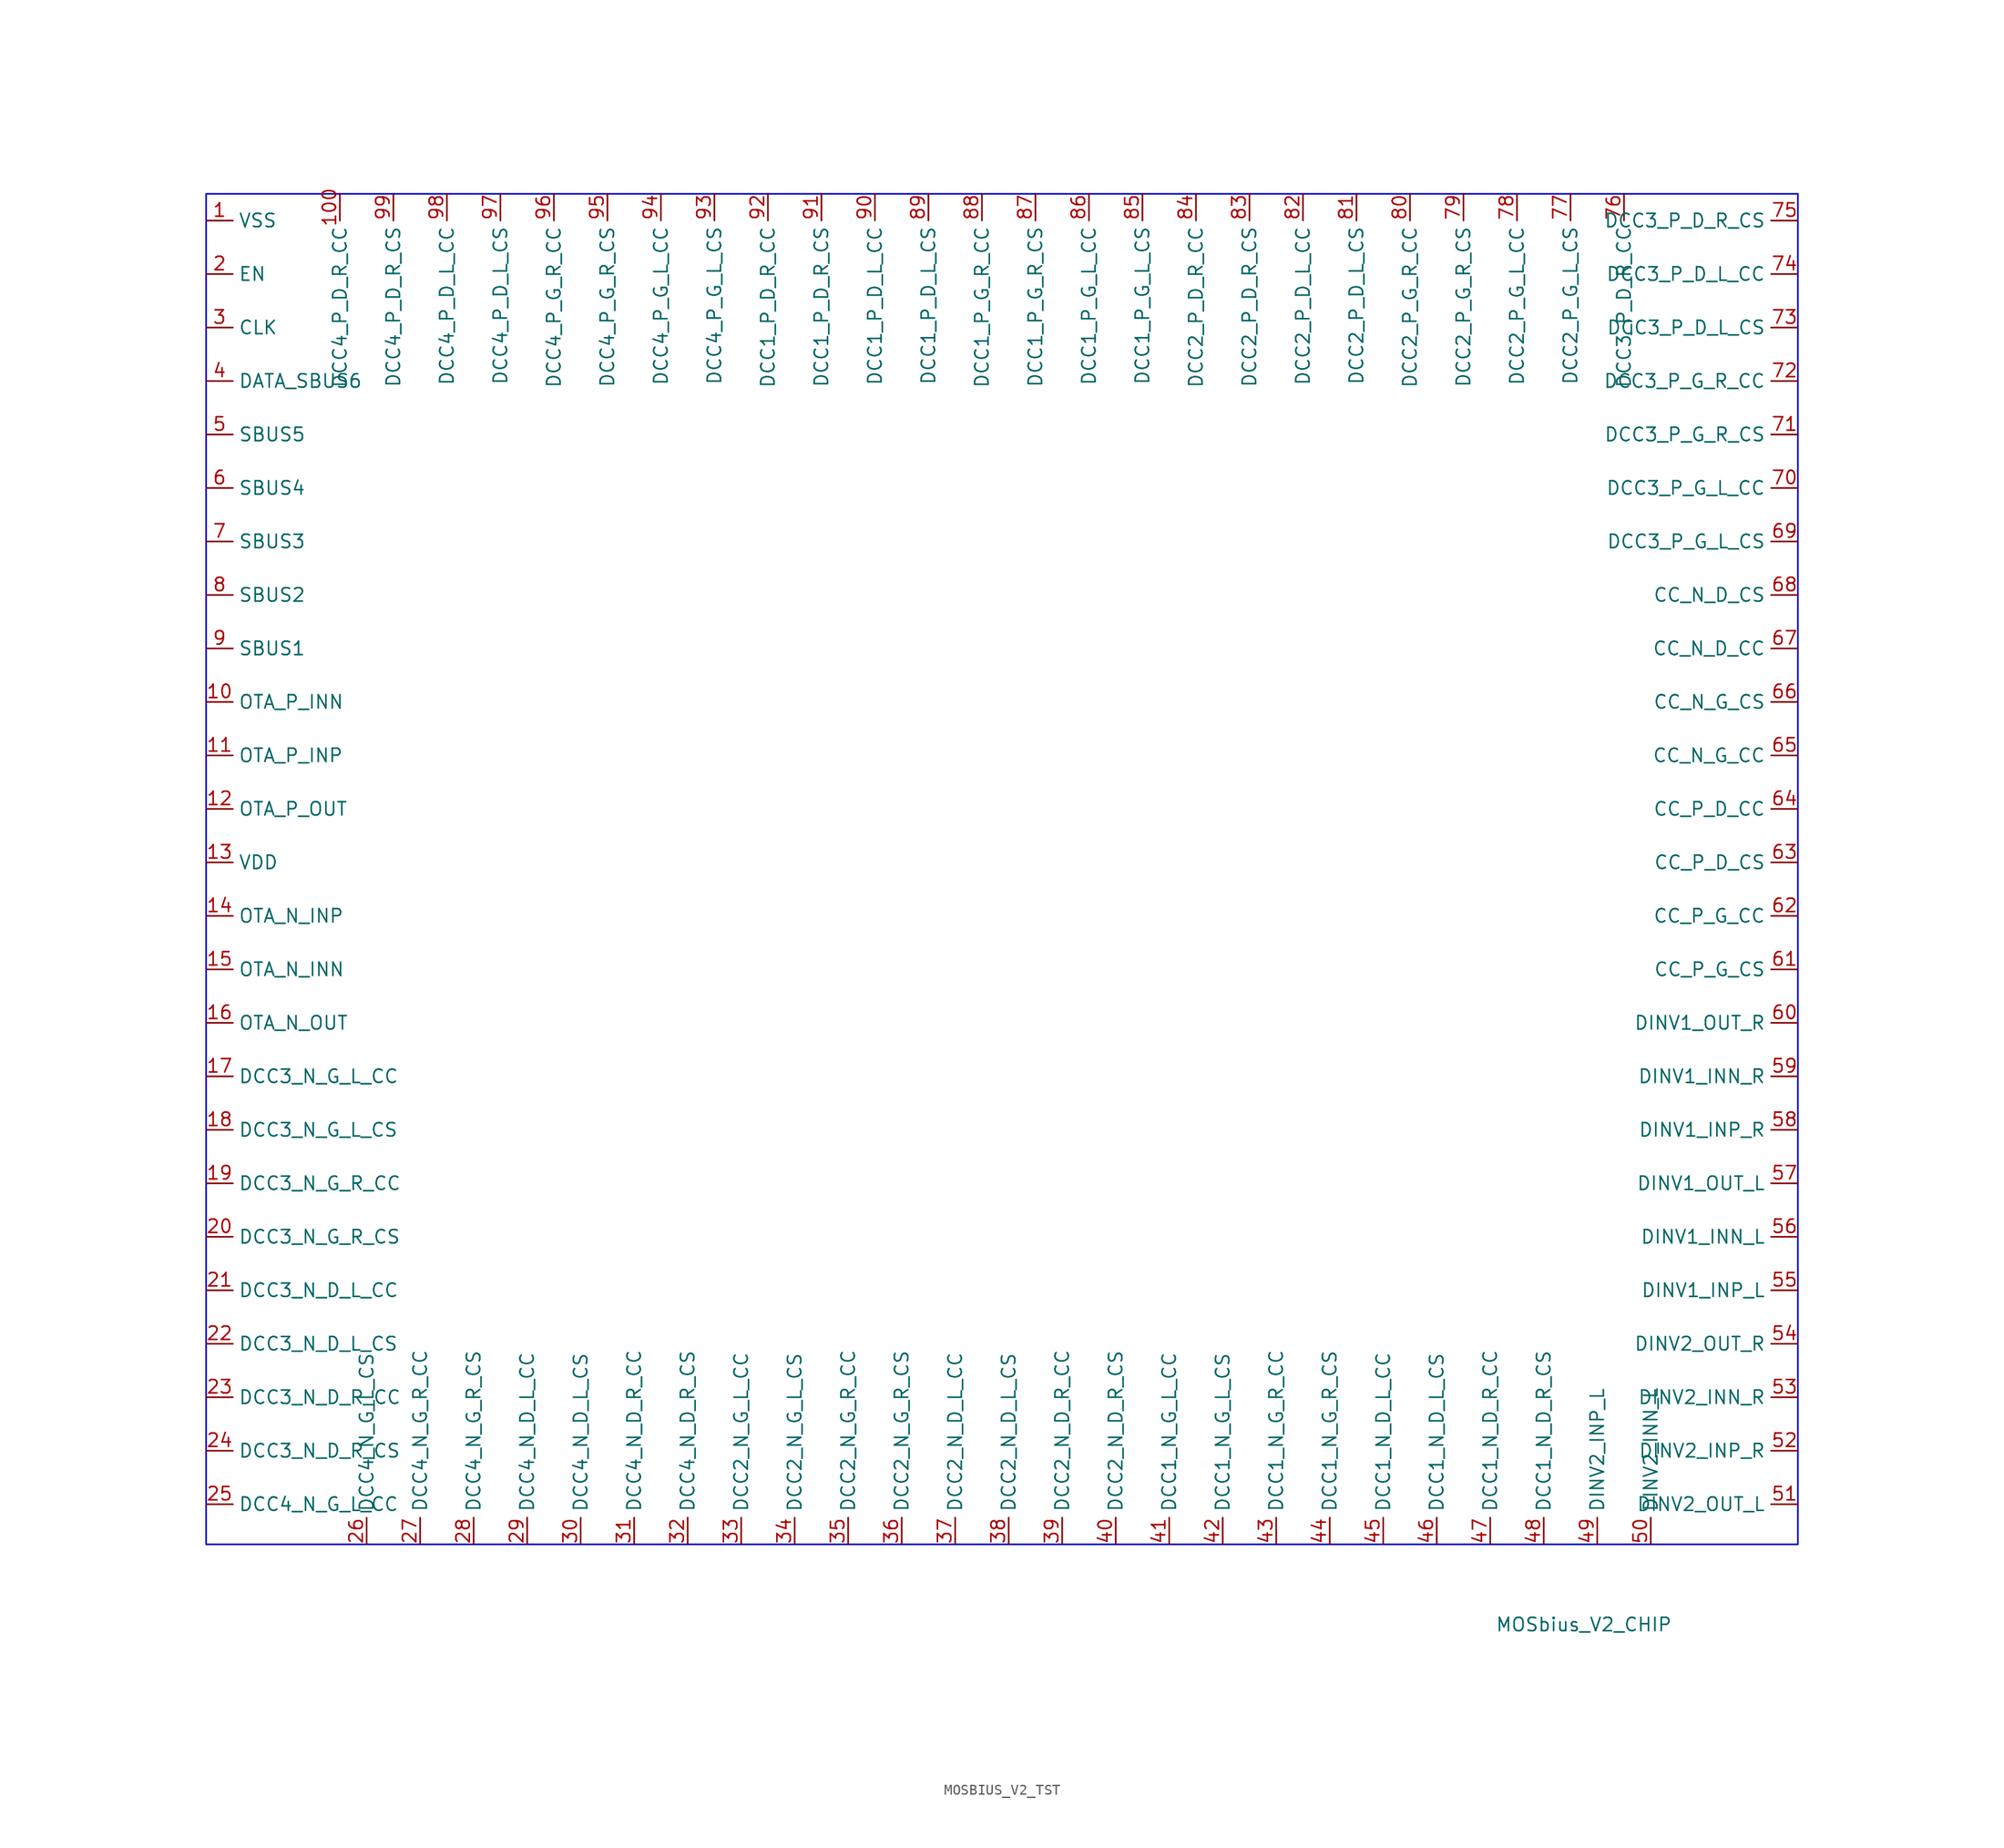
<source format=kicad_sym>
(kicad_symbol_lib
  (version 20241209)
  (generator "kicad_symbol_editor")
  (generator_version "9.0")
  (symbol "MOSBIUS_V2_TST"
    (property "Reference" "MOSbius_V2"
      (at -130.81 135.89 0)
      (effects (font (size 1.27 1.27)) (hide yes)))
    (property "Value" "MOSbius_V2_CHIP"
      (at 0 0 0)
      (effects (font (size 1.27 1.27))))
    (symbol "MOSBIUS_V2_TST_1_1"
      (rectangle (start -130.81 135.89) (end 20.32 7.62) (stroke (width 0) (type solid) (color 0 0 194 1)) (fill (type none)))
      (pin power_in line (at -130.81 133.35 0) (length 2.54) (name "VSS" (effects (font (size 1.27 1.27)))) (number "1" (effects (font (size 1.27 1.27)))))
      (pin bidirectional line (at -130.81 128.27 0) (length 2.54) (name "EN" (effects (font (size 1.27 1.27)))) (number "2" (effects (font (size 1.27 1.27)))))
      (pin bidirectional line (at -130.81 123.19 0) (length 2.54) (name "CLK" (effects (font (size 1.27 1.27)))) (number "3" (effects (font (size 1.27 1.27)))))
      (pin bidirectional line (at -130.81 118.11 0) (length 2.54) (name "DATA_SBUS6" (effects (font (size 1.27 1.27)))) (number "4" (effects (font (size 1.27 1.27)))))
      (pin bidirectional line (at -130.81 113.03 0) (length 2.54) (name "SBUS5" (effects (font (size 1.27 1.27)))) (number "5" (effects (font (size 1.27 1.27)))))
      (pin bidirectional line (at -130.81 107.95 0) (length 2.54) (name "SBUS4" (effects (font (size 1.27 1.27)))) (number "6" (effects (font (size 1.27 1.27)))))
      (pin bidirectional line (at -130.81 102.87 0) (length 2.54) (name "SBUS3" (effects (font (size 1.27 1.27)))) (number "7" (effects (font (size 1.27 1.27)))))
      (pin bidirectional line (at -130.81 97.79 0) (length 2.54) (name "SBUS2" (effects (font (size 1.27 1.27)))) (number "8" (effects (font (size 1.27 1.27)))))
      (pin bidirectional line (at -130.81 92.71 0) (length 2.54) (name "SBUS1" (effects (font (size 1.27 1.27)))) (number "9" (effects (font (size 1.27 1.27)))))
      (pin bidirectional line (at -130.81 87.63 0) (length 2.54) (name "OTA_P_INN" (effects (font (size 1.27 1.27)))) (number "10" (effects (font (size 1.27 1.27)))))
      (pin bidirectional line (at -130.81 82.55 0) (length 2.54) (name "OTA_P_INP" (effects (font (size 1.27 1.27)))) (number "11" (effects (font (size 1.27 1.27)))))
      (pin bidirectional line (at -130.81 77.47 0) (length 2.54) (name "OTA_P_OUT" (effects (font (size 1.27 1.27)))) (number "12" (effects (font (size 1.27 1.27)))))
      (pin power_in line (at -130.81 72.39 0) (length 2.54) (name "VDD" (effects (font (size 1.27 1.27)))) (number "13" (effects (font (size 1.27 1.27)))))
      (pin bidirectional line (at -130.81 67.31 0) (length 2.54) (name "OTA_N_INP" (effects (font (size 1.27 1.27)))) (number "14" (effects (font (size 1.27 1.27)))))
      (pin bidirectional line (at -130.81 62.23 0) (length 2.54) (name "OTA_N_INN" (effects (font (size 1.27 1.27)))) (number "15" (effects (font (size 1.27 1.27)))))
      (pin bidirectional line (at -130.81 57.15 0) (length 2.54) (name "OTA_N_OUT" (effects (font (size 1.27 1.27)))) (number "16" (effects (font (size 1.27 1.27)))))
      (pin bidirectional line (at -130.81 52.07 0) (length 2.54) (name "DCC3_N_G_L_CC" (effects (font (size 1.27 1.27)))) (number "17" (effects (font (size 1.27 1.27)))))
      (pin bidirectional line (at -130.81 46.99 0) (length 2.54) (name "DCC3_N_G_L_CS" (effects (font (size 1.27 1.27)))) (number "18" (effects (font (size 1.27 1.27)))))
      (pin bidirectional line (at -130.81 41.91 0) (length 2.54) (name "DCC3_N_G_R_CC" (effects (font (size 1.27 1.27)))) (number "19" (effects (font (size 1.27 1.27)))))
      (pin bidirectional line (at -130.81 36.83 0) (length 2.54) (name "DCC3_N_G_R_CS" (effects (font (size 1.27 1.27)))) (number "20" (effects (font (size 1.27 1.27)))))
      (pin bidirectional line (at -130.81 31.75 0) (length 2.54) (name "DCC3_N_D_L_CC" (effects (font (size 1.27 1.27)))) (number "21" (effects (font (size 1.27 1.27)))))
      (pin bidirectional line (at -130.81 26.67 0) (length 2.54) (name "DCC3_N_D_L_CS" (effects (font (size 1.27 1.27)))) (number "22" (effects (font (size 1.27 1.27)))))
      (pin bidirectional line (at -130.81 21.59 0) (length 2.54) (name "DCC3_N_D_R_CC" (effects (font (size 1.27 1.27)))) (number "23" (effects (font (size 1.27 1.27)))))
      (pin bidirectional line (at -130.81 16.51 0) (length 2.54) (name "DCC3_N_D_R_CS" (effects (font (size 1.27 1.27)))) (number "24" (effects (font (size 1.27 1.27)))))
      (pin bidirectional line (at -130.81 11.43 0) (length 2.54) (name "DCC4_N_G_L_CC" (effects (font (size 1.27 1.27)))) (number "25" (effects (font (size 1.27 1.27)))))
      (pin bidirectional line (at -118.11 135.89 270) (length 2.54) (name "DCC4_P_D_R_CC" (effects (font (size 1.27 1.27)))) (number "100" (effects (font (size 1.27 1.27)))))
      (pin bidirectional line (at -115.57 7.62 90) (length 2.54) (name "DCC4_N_G_L_CS" (effects (font (size 1.27 1.27)))) (number "26" (effects (font (size 1.27 1.27)))))
      (pin bidirectional line (at -113.03 135.89 270) (length 2.54) (name "DCC4_P_D_R_CS" (effects (font (size 1.27 1.27)))) (number "99" (effects (font (size 1.27 1.27)))))
      (pin bidirectional line (at -110.49 7.62 90) (length 2.54) (name "DCC4_N_G_R_CC" (effects (font (size 1.27 1.27)))) (number "27" (effects (font (size 1.27 1.27)))))
      (pin bidirectional line (at -107.95 135.89 270) (length 2.54) (name "DCC4_P_D_L_CC" (effects (font (size 1.27 1.27)))) (number "98" (effects (font (size 1.27 1.27)))))
      (pin bidirectional line (at -105.41 7.62 90) (length 2.54) (name "DCC4_N_G_R_CS" (effects (font (size 1.27 1.27)))) (number "28" (effects (font (size 1.27 1.27)))))
      (pin bidirectional line (at -102.87 135.89 270) (length 2.54) (name "DCC4_P_D_L_CS" (effects (font (size 1.27 1.27)))) (number "97" (effects (font (size 1.27 1.27)))))
      (pin bidirectional line (at -100.33 7.62 90) (length 2.54) (name "DCC4_N_D_L_CC" (effects (font (size 1.27 1.27)))) (number "29" (effects (font (size 1.27 1.27)))))
      (pin bidirectional line (at -97.79 135.89 270) (length 2.54) (name "DCC4_P_G_R_CC" (effects (font (size 1.27 1.27)))) (number "96" (effects (font (size 1.27 1.27)))))
      (pin bidirectional line (at -95.25 7.62 90) (length 2.54) (name "DCC4_N_D_L_CS" (effects (font (size 1.27 1.27)))) (number "30" (effects (font (size 1.27 1.27)))))
      (pin bidirectional line (at -92.71 135.89 270) (length 2.54) (name "DCC4_P_G_R_CS" (effects (font (size 1.27 1.27)))) (number "95" (effects (font (size 1.27 1.27)))))
      (pin bidirectional line (at -90.17 7.62 90) (length 2.54) (name "DCC4_N_D_R_CC" (effects (font (size 1.27 1.27)))) (number "31" (effects (font (size 1.27 1.27)))))
      (pin bidirectional line (at -87.63 135.89 270) (length 2.54) (name "DCC4_P_G_L_CC" (effects (font (size 1.27 1.27)))) (number "94" (effects (font (size 1.27 1.27)))))
      (pin bidirectional line (at -85.09 7.62 90) (length 2.54) (name "DCC4_N_D_R_CS" (effects (font (size 1.27 1.27)))) (number "32" (effects (font (size 1.27 1.27)))))
      (pin bidirectional line (at -82.55 135.89 270) (length 2.54) (name "DCC4_P_G_L_CS" (effects (font (size 1.27 1.27)))) (number "93" (effects (font (size 1.27 1.27)))))
      (pin bidirectional line (at -80.01 7.62 90) (length 2.54) (name "DCC2_N_G_L_CC" (effects (font (size 1.27 1.27)))) (number "33" (effects (font (size 1.27 1.27)))))
      (pin bidirectional line (at -77.47 135.89 270) (length 2.54) (name "DCC1_P_D_R_CC" (effects (font (size 1.27 1.27)))) (number "92" (effects (font (size 1.27 1.27)))))
      (pin bidirectional line (at -74.93 7.62 90) (length 2.54) (name "DCC2_N_G_L_CS" (effects (font (size 1.27 1.27)))) (number "34" (effects (font (size 1.27 1.27)))))
      (pin bidirectional line (at -72.39 135.89 270) (length 2.54) (name "DCC1_P_D_R_CS" (effects (font (size 1.27 1.27)))) (number "91" (effects (font (size 1.27 1.27)))))
      (pin bidirectional line (at -69.85 7.62 90) (length 2.54) (name "DCC2_N_G_R_CC" (effects (font (size 1.27 1.27)))) (number "35" (effects (font (size 1.27 1.27)))))
      (pin bidirectional line (at -67.31 135.89 270) (length 2.54) (name "DCC1_P_D_L_CC" (effects (font (size 1.27 1.27)))) (number "90" (effects (font (size 1.27 1.27)))))
      (pin bidirectional line (at -64.77 7.62 90) (length 2.54) (name "DCC2_N_G_R_CS" (effects (font (size 1.27 1.27)))) (number "36" (effects (font (size 1.27 1.27)))))
      (pin bidirectional line (at -62.23 135.89 270) (length 2.54) (name "DCC1_P_D_L_CS" (effects (font (size 1.27 1.27)))) (number "89" (effects (font (size 1.27 1.27)))))
      (pin bidirectional line (at -59.69 7.62 90) (length 2.54) (name "DCC2_N_D_L_CC" (effects (font (size 1.27 1.27)))) (number "37" (effects (font (size 1.27 1.27)))))
      (pin bidirectional line (at -57.15 135.89 270) (length 2.54) (name "DCC1_P_G_R_CC" (effects (font (size 1.27 1.27)))) (number "88" (effects (font (size 1.27 1.27)))))
      (pin bidirectional line (at -54.61 7.62 90) (length 2.54) (name "DCC2_N_D_L_CS" (effects (font (size 1.27 1.27)))) (number "38" (effects (font (size 1.27 1.27)))))
      (pin bidirectional line (at -52.07 135.89 270) (length 2.54) (name "DCC1_P_G_R_CS" (effects (font (size 1.27 1.27)))) (number "87" (effects (font (size 1.27 1.27)))))
      (pin bidirectional line (at -49.53 7.62 90) (length 2.54) (name "DCC2_N_D_R_CC" (effects (font (size 1.27 1.27)))) (number "39" (effects (font (size 1.27 1.27)))))
      (pin bidirectional line (at -46.99 135.89 270) (length 2.54) (name "DCC1_P_G_L_CC" (effects (font (size 1.27 1.27)))) (number "86" (effects (font (size 1.27 1.27)))))
      (pin bidirectional line (at -44.45 7.62 90) (length 2.54) (name "DCC2_N_D_R_CS" (effects (font (size 1.27 1.27)))) (number "40" (effects (font (size 1.27 1.27)))))
      (pin bidirectional line (at -41.91 135.89 270) (length 2.54) (name "DCC1_P_G_L_CS" (effects (font (size 1.27 1.27)))) (number "85" (effects (font (size 1.27 1.27)))))
      (pin bidirectional line (at -39.37 7.62 90) (length 2.54) (name "DCC1_N_G_L_CC" (effects (font (size 1.27 1.27)))) (number "41" (effects (font (size 1.27 1.27)))))
      (pin bidirectional line (at -36.83 135.89 270) (length 2.54) (name "DCC2_P_D_R_CC" (effects (font (size 1.27 1.27)))) (number "84" (effects (font (size 1.27 1.27)))))
      (pin bidirectional line (at -34.29 7.62 90) (length 2.54) (name "DCC1_N_G_L_CS" (effects (font (size 1.27 1.27)))) (number "42" (effects (font (size 1.27 1.27)))))
      (pin bidirectional line (at -31.75 135.89 270) (length 2.54) (name "DCC2_P_D_R_CS" (effects (font (size 1.27 1.27)))) (number "83" (effects (font (size 1.27 1.27)))))
      (pin bidirectional line (at -29.21 7.62 90) (length 2.54) (name "DCC1_N_G_R_CC" (effects (font (size 1.27 1.27)))) (number "43" (effects (font (size 1.27 1.27)))))
      (pin bidirectional line (at -26.67 135.89 270) (length 2.54) (name "DCC2_P_D_L_CC" (effects (font (size 1.27 1.27)))) (number "82" (effects (font (size 1.27 1.27)))))
      (pin bidirectional line (at -24.13 7.62 90) (length 2.54) (name "DCC1_N_G_R_CS" (effects (font (size 1.27 1.27)))) (number "44" (effects (font (size 1.27 1.27)))))
      (pin bidirectional line (at -21.59 135.89 270) (length 2.54) (name "DCC2_P_D_L_CS" (effects (font (size 1.27 1.27)))) (number "81" (effects (font (size 1.27 1.27)))))
      (pin bidirectional line (at -19.05 7.62 90) (length 2.54) (name "DCC1_N_D_L_CC" (effects (font (size 1.27 1.27)))) (number "45" (effects (font (size 1.27 1.27)))))
      (pin bidirectional line (at -16.51 135.89 270) (length 2.54) (name "DCC2_P_G_R_CC" (effects (font (size 1.27 1.27)))) (number "80" (effects (font (size 1.27 1.27)))))
      (pin bidirectional line (at -13.97 7.62 90) (length 2.54) (name "DCC1_N_D_L_CS" (effects (font (size 1.27 1.27)))) (number "46" (effects (font (size 1.27 1.27)))))
      (pin bidirectional line (at -11.43 135.89 270) (length 2.54) (name "DCC2_P_G_R_CS" (effects (font (size 1.27 1.27)))) (number "79" (effects (font (size 1.27 1.27)))))
      (pin bidirectional line (at -8.89 7.62 90) (length 2.54) (name "DCC1_N_D_R_CC" (effects (font (size 1.27 1.27)))) (number "47" (effects (font (size 1.27 1.27)))))
      (pin bidirectional line (at -6.35 135.89 270) (length 2.54) (name "DCC2_P_G_L_CC" (effects (font (size 1.27 1.27)))) (number "78" (effects (font (size 1.27 1.27)))))
      (pin bidirectional line (at -3.81 7.62 90) (length 2.54) (name "DCC1_N_D_R_CS" (effects (font (size 1.27 1.27)))) (number "48" (effects (font (size 1.27 1.27)))))
      (pin bidirectional line (at -1.27 135.89 270) (length 2.54) (name "DCC2_P_G_L_CS" (effects (font (size 1.27 1.27)))) (number "77" (effects (font (size 1.27 1.27)))))
      (pin bidirectional line (at 1.27 7.62 90) (length 2.54) (name "DINV2_INP_L" (effects (font (size 1.27 1.27)))) (number "49" (effects (font (size 1.27 1.27)))))
      (pin bidirectional line (at 3.81 135.89 270) (length 2.54) (name "DCC3_P_D_R_CC" (effects (font (size 1.27 1.27)))) (number "76" (effects (font (size 1.27 1.27)))))
      (pin bidirectional line (at 6.35 7.62 90) (length 2.54) (name "DINV2_INN_L" (effects (font (size 1.27 1.27)))) (number "50" (effects (font (size 1.27 1.27)))))
      (pin bidirectional line (at 20.32 133.35 180) (length 2.54) (name "DCC3_P_D_R_CS" (effects (font (size 1.27 1.27)))) (number "75" (effects (font (size 1.27 1.27)))))
      (pin bidirectional line (at 20.32 128.27 180) (length 2.54) (name "DCC3_P_D_L_CC" (effects (font (size 1.27 1.27)))) (number "74" (effects (font (size 1.27 1.27)))))
      (pin bidirectional line (at 20.32 123.19 180) (length 2.54) (name "DCC3_P_D_L_CS" (effects (font (size 1.27 1.27)))) (number "73" (effects (font (size 1.27 1.27)))))
      (pin bidirectional line (at 20.32 118.11 180) (length 2.54) (name "DCC3_P_G_R_CC" (effects (font (size 1.27 1.27)))) (number "72" (effects (font (size 1.27 1.27)))))
      (pin bidirectional line (at 20.32 113.03 180) (length 2.54) (name "DCC3_P_G_R_CS" (effects (font (size 1.27 1.27)))) (number "71" (effects (font (size 1.27 1.27)))))
      (pin bidirectional line (at 20.32 107.95 180) (length 2.54) (name "DCC3_P_G_L_CC" (effects (font (size 1.27 1.27)))) (number "70" (effects (font (size 1.27 1.27)))))
      (pin bidirectional line (at 20.32 102.87 180) (length 2.54) (name "DCC3_P_G_L_CS" (effects (font (size 1.27 1.27)))) (number "69" (effects (font (size 1.27 1.27)))))
      (pin bidirectional line (at 20.32 97.79 180) (length 2.54) (name "CC_N_D_CS" (effects (font (size 1.27 1.27)))) (number "68" (effects (font (size 1.27 1.27)))))
      (pin bidirectional line (at 20.32 92.71 180) (length 2.54) (name "CC_N_D_CC" (effects (font (size 1.27 1.27)))) (number "67" (effects (font (size 1.27 1.27)))))
      (pin bidirectional line (at 20.32 87.63 180) (length 2.54) (name "CC_N_G_CS" (effects (font (size 1.27 1.27)))) (number "66" (effects (font (size 1.27 1.27)))))
      (pin bidirectional line (at 20.32 82.55 180) (length 2.54) (name "CC_N_G_CC" (effects (font (size 1.27 1.27)))) (number "65" (effects (font (size 1.27 1.27)))))
      (pin bidirectional line (at 20.32 77.47 180) (length 2.54) (name "CC_P_D_CC" (effects (font (size 1.27 1.27)))) (number "64" (effects (font (size 1.27 1.27)))))
      (pin bidirectional line (at 20.32 72.39 180) (length 2.54) (name "CC_P_D_CS" (effects (font (size 1.27 1.27)))) (number "63" (effects (font (size 1.27 1.27)))))
      (pin bidirectional line (at 20.32 67.31 180) (length 2.54) (name "CC_P_G_CC" (effects (font (size 1.27 1.27)))) (number "62" (effects (font (size 1.27 1.27)))))
      (pin bidirectional line (at 20.32 62.23 180) (length 2.54) (name "CC_P_G_CS" (effects (font (size 1.27 1.27)))) (number "61" (effects (font (size 1.27 1.27)))))
      (pin bidirectional line (at 20.32 57.15 180) (length 2.54) (name "DINV1_OUT_R" (effects (font (size 1.27 1.27)))) (number "60" (effects (font (size 1.27 1.27)))))
      (pin bidirectional line (at 20.32 52.07 180) (length 2.54) (name "DINV1_INN_R" (effects (font (size 1.27 1.27)))) (number "59" (effects (font (size 1.27 1.27)))))
      (pin bidirectional line (at 20.32 46.99 180) (length 2.54) (name "DINV1_INP_R" (effects (font (size 1.27 1.27)))) (number "58" (effects (font (size 1.27 1.27)))))
      (pin bidirectional line (at 20.32 41.91 180) (length 2.54) (name "DINV1_OUT_L" (effects (font (size 1.27 1.27)))) (number "57" (effects (font (size 1.27 1.27)))))
      (pin bidirectional line (at 20.32 36.83 180) (length 2.54) (name "DINV1_INN_L" (effects (font (size 1.27 1.27)))) (number "56" (effects (font (size 1.27 1.27)))))
      (pin bidirectional line (at 20.32 31.75 180) (length 2.54) (name "DINV1_INP_L" (effects (font (size 1.27 1.27)))) (number "55" (effects (font (size 1.27 1.27)))))
      (pin bidirectional line (at 20.32 26.67 180) (length 2.54) (name "DINV2_OUT_R" (effects (font (size 1.27 1.27)))) (number "54" (effects (font (size 1.27 1.27)))))
      (pin bidirectional line (at 20.32 21.59 180) (length 2.54) (name "DINV2_INN_R" (effects (font (size 1.27 1.27)))) (number "53" (effects (font (size 1.27 1.27)))))
      (pin bidirectional line (at 20.32 16.51 180) (length 2.54) (name "DINV2_INP_R" (effects (font (size 1.27 1.27)))) (number "52" (effects (font (size 1.27 1.27)))))
      (pin bidirectional line (at 20.32 11.43 180) (length 2.54) (name "DINV2_OUT_L" (effects (font (size 1.27 1.27)))) (number "51" (effects (font (size 1.27 1.27))))))))
</source>
